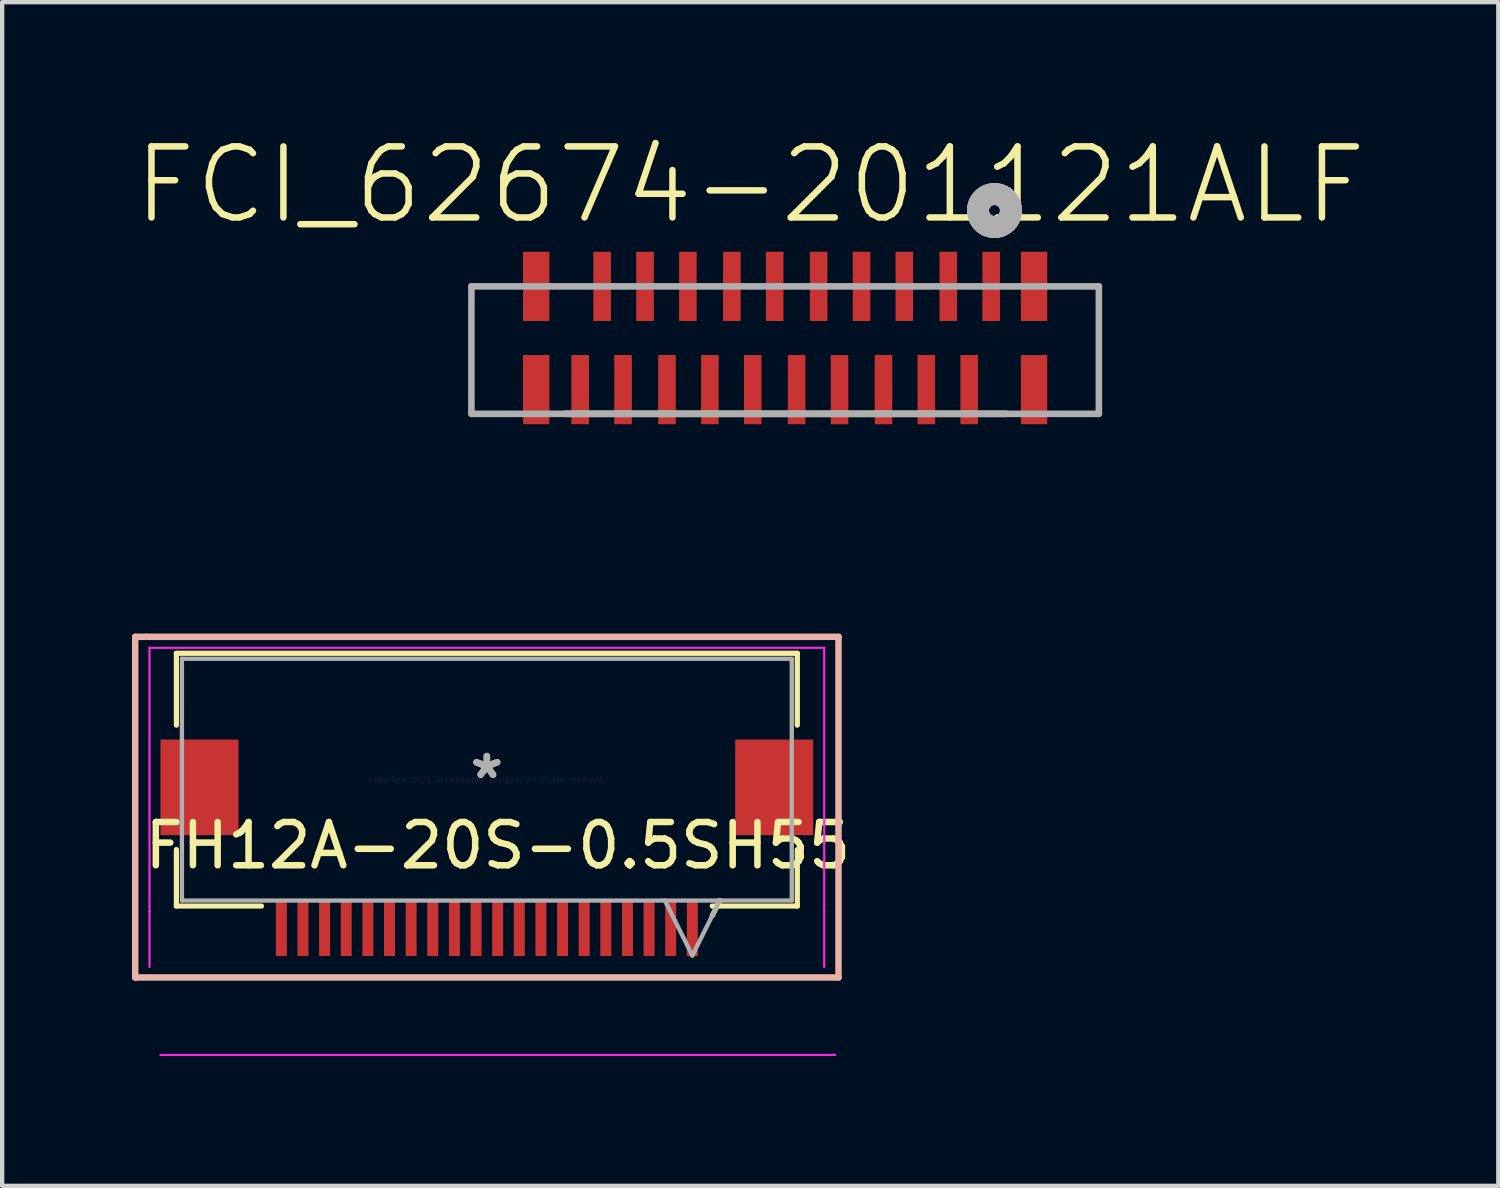
<source format=kicad_pcb>
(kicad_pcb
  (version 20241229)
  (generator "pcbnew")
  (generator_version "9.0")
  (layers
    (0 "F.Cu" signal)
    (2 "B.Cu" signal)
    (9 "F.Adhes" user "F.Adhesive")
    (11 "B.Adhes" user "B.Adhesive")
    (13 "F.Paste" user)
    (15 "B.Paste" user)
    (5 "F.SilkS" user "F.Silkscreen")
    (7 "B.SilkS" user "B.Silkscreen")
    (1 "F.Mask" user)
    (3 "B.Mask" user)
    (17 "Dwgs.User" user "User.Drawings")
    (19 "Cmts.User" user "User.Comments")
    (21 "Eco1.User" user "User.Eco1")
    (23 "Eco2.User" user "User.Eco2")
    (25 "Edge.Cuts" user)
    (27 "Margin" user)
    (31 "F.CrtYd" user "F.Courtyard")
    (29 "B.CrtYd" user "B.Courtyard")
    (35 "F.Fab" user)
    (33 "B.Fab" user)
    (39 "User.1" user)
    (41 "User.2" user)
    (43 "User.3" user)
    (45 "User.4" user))
  (footprint "FCI_62674-201121ALF"
    (layer "F.Cu")
    (at 19.86 8.344)
    (property "Reference" "FCI_62674-201121ALF" (at -5.569 -7.12 0) (layer "F.SilkS") (effects (font (size 1.642 1.642) (thickness 0.15))))
    (attr through_hole)
    (fp_line (start -9.855 -1.829) (end 0.356 -1.829) (stroke (width 0.152) (type solid)) (layer "F.SilkS"))
    (fp_arc (start -0.3048 -6.5278) (mid 0.0762 -6.9088) (end 0.4572 -6.5278) (stroke (width 0.508) (type solid)) (layer "F.SilkS"))
    (fp_arc (start 0.4572 -6.5278) (mid 0.0762 -6.1468) (end -0.3048 -6.5278) (stroke (width 0.508) (type solid)) (layer "F.SilkS"))
    (fp_line (start -12.014 -4.775) (end -12.014 -1.829) (stroke (width 0.152) (type solid)) (layer "F.Fab"))
    (fp_line (start -12.014 -1.829) (end 2.489 -1.829) (stroke (width 0.152) (type solid)) (layer "F.Fab"))
    (fp_line (start 2.489 -4.775) (end -12.014 -4.775) (stroke (width 0.152) (type solid)) (layer "F.Fab"))
    (fp_line (start 2.489 -1.829) (end 2.489 -4.775) (stroke (width 0.152) (type solid)) (layer "F.Fab"))
    (fp_arc (start -0.3048 -6.5278) (mid 0.0762 -6.9088) (end 0.4572 -6.5278) (stroke (width 0.508) (type solid)) (layer "F.Fab"))
    (fp_arc (start 0.4572 -6.5278) (mid 0.0762 -6.1468) (end -0.3048 -6.5278) (stroke (width 0.508) (type solid)) (layer "F.Fab"))
    (pad "1" smd rect (at 0 -4.775) (size 0.406 1.6) (layers "F.Cu" "F.Mask" "F.Paste"))
    (pad "2" smd rect (at -0.508 -2.388) (size 0.406 1.6) (layers "F.Cu" "F.Mask" "F.Paste"))
    (pad "3" smd rect (at -0.991 -4.775) (size 0.406 1.6) (layers "F.Cu" "F.Mask" "F.Paste"))
    (pad "4" smd rect (at -1.499 -2.388) (size 0.406 1.6) (layers "F.Cu" "F.Mask" "F.Paste"))
    (pad "5" smd rect (at -2.007 -4.775) (size 0.406 1.6) (layers "F.Cu" "F.Mask" "F.Paste"))
    (pad "6" smd rect (at -2.489 -2.388) (size 0.406 1.6) (layers "F.Cu" "F.Mask" "F.Paste"))
    (pad "7" smd rect (at -2.997 -4.775) (size 0.406 1.6) (layers "F.Cu" "F.Mask" "F.Paste"))
    (pad "8" smd rect (at -3.505 -2.388) (size 0.406 1.6) (layers "F.Cu" "F.Mask" "F.Paste"))
    (pad "9" smd rect (at -3.988 -4.775) (size 0.406 1.6) (layers "F.Cu" "F.Mask" "F.Paste"))
    (pad "10" smd rect (at -4.496 -2.388) (size 0.406 1.6) (layers "F.Cu" "F.Mask" "F.Paste"))
    (pad "11" smd rect (at -5.004 -4.775) (size 0.406 1.6) (layers "F.Cu" "F.Mask" "F.Paste"))
    (pad "12" smd rect (at -5.512 -2.388) (size 0.406 1.6) (layers "F.Cu" "F.Mask" "F.Paste"))
    (pad "13" smd rect (at -5.994 -4.775) (size 0.406 1.6) (layers "F.Cu" "F.Mask" "F.Paste"))
    (pad "14" smd rect (at -6.502 -2.388) (size 0.406 1.6) (layers "F.Cu" "F.Mask" "F.Paste"))
    (pad "15" smd rect (at -7.01 -4.775) (size 0.406 1.6) (layers "F.Cu" "F.Mask" "F.Paste"))
    (pad "16" smd rect (at -7.493 -2.388) (size 0.406 1.6) (layers "F.Cu" "F.Mask" "F.Paste"))
    (pad "17" smd rect (at -8.001 -4.775) (size 0.406 1.6) (layers "F.Cu" "F.Mask" "F.Paste"))
    (pad "18" smd rect (at -8.509 -2.388) (size 0.406 1.6) (layers "F.Cu" "F.Mask" "F.Paste"))
    (pad "19" smd rect (at -8.992 -4.775) (size 0.406 1.6) (layers "F.Cu" "F.Mask" "F.Paste"))
    (pad "20" smd rect (at -9.5 -2.388) (size 0.406 1.6) (layers "F.Cu" "F.Mask" "F.Paste"))
    (pad "21" smd rect (at -10.516 -2.388) (size 0.61 1.6) (layers "F.Cu" "F.Mask" "F.Paste"))
    (pad "22" smd rect (at 0.991 -2.388) (size 0.61 1.6) (layers "F.Cu" "F.Mask" "F.Paste"))
    (pad "23" smd rect (at -10.516 -4.775) (size 0.61 1.6) (layers "F.Cu" "F.Mask" "F.Paste"))
    (pad "24" smd rect (at 0.991 -4.775) (size 0.61 1.6) (layers "F.Cu" "F.Mask" "F.Paste")))
  (footprint "FH12A-20S-0.5SH55"
    (layer "F.Cu")
    (at 8.203 14.971)
    (property "Reference" "FH12A-20S-0.5SH55" (at 0.254 1.524 0) (layer "F.SilkS") (effects (font (size 1 1) (thickness 0.15))))
    (attr through_hole)
    (fp_line (start -7.176 -2.921) (end -7.176 -1.26) (stroke (width 0.12) (type solid)) (layer "F.SilkS"))
    (fp_line (start -7.176 1.615) (end -7.176 2.921) (stroke (width 0.12) (type solid)) (layer "F.SilkS"))
    (fp_line (start -7.176 2.921) (end -5.21 2.921) (stroke (width 0.12) (type solid)) (layer "F.SilkS"))
    (fp_line (start 5.21 2.921) (end 7.176 2.921) (stroke (width 0.12) (type solid)) (layer "F.SilkS"))
    (fp_line (start 5.385 2.794) (end 5.21 3.145) (stroke (width 0.12) (type solid)) (layer "F.SilkS"))
    (fp_line (start 7.176 -2.921) (end -7.176 -2.921) (stroke (width 0.12) (type solid)) (layer "F.SilkS"))
    (fp_line (start 7.176 -1.26) (end 7.176 -2.921) (stroke (width 0.12) (type solid)) (layer "F.SilkS"))
    (fp_line (start 7.176 2.921) (end 7.176 1.615) (stroke (width 0.12) (type solid)) (layer "F.SilkS"))
    (fp_line (start -8.128 -3.302) (end -7.874 -3.302) (stroke (width 0.15) (type solid)) (layer "B.SilkS"))
    (fp_line (start -8.128 4.572) (end -8.128 -3.302) (stroke (width 0.15) (type solid)) (layer "B.SilkS"))
    (fp_line (start -7.874 -3.302) (end 8.128 -3.302) (stroke (width 0.15) (type solid)) (layer "B.SilkS"))
    (fp_line (start 8.128 -3.302) (end 8.128 4.572) (stroke (width 0.15) (type solid)) (layer "B.SilkS"))
    (fp_line (start 8.128 4.572) (end -8.128 4.572) (stroke (width 0.15) (type solid)) (layer "B.SilkS"))
    (fp_line (start -7.798 -3.048) (end -7.798 3.048) (stroke (width 0.05) (type solid)) (layer "F.CrtYd"))
    (fp_line (start -7.798 3.048) (end -7.798 3.048) (stroke (width 0.05) (type solid)) (layer "F.CrtYd"))
    (fp_line (start -7.798 3.048) (end -7.798 4.331) (stroke (width 0.05) (type solid)) (layer "F.CrtYd"))
    (fp_line (start -7.544 6.363) (end 8.052 6.363) (stroke (width 0.05) (type solid)) (layer "F.CrtYd"))
    (fp_line (start 7.798 -3.048) (end -7.798 -3.048) (stroke (width 0.05) (type solid)) (layer "F.CrtYd"))
    (fp_line (start 7.798 3.048) (end 7.798 -3.048) (stroke (width 0.05) (type solid)) (layer "F.CrtYd"))
    (fp_line (start 7.798 3.048) (end 7.798 3.048) (stroke (width 0.05) (type solid)) (layer "F.CrtYd"))
    (fp_line (start 7.798 4.331) (end 7.798 3.048) (stroke (width 0.05) (type solid)) (layer "F.CrtYd"))
    (fp_line (start -7.048 -2.794) (end -7.048 2.794) (stroke (width 0.1) (type solid)) (layer "F.Fab"))
    (fp_line (start -7.048 2.794) (end 7.048 2.794) (stroke (width 0.1) (type solid)) (layer "F.Fab"))
    (fp_line (start 4.115 2.794) (end 4.75 4.064) (stroke (width 0.1) (type solid)) (layer "F.Fab"))
    (fp_line (start 5.385 2.794) (end 4.75 4.064) (stroke (width 0.1) (type solid)) (layer "F.Fab"))
    (fp_line (start 7.048 -2.794) (end -7.048 -2.794) (stroke (width 0.1) (type solid)) (layer "F.Fab"))
    (fp_line (start 7.048 2.794) (end 7.048 -2.794) (stroke (width 0.1) (type solid)) (layer "F.Fab"))
    (fp_text user "*" (at 0 0 0) (layer "F.SilkS") (effects (font (size 1 1) (thickness 0.15))))
    (fp_text user "Copyright 2021 Accelerated Designs. All rights reserved." (at 0 0 0) (layer "Cmts.User") (effects (font (size 0.127 0.127) (thickness 0.002))))
    (fp_text user "*" (at 0 0 0) (layer "F.Fab") (effects (font (size 1 1) (thickness 0.15))))
    (pad "1" smd rect (at 4.75 3.429 90) (size 1.295 0.254) (layers "F.Cu" "F.Mask" "F.Paste"))
    (pad "2" smd rect (at 4.25 3.429 90) (size 1.295 0.254) (layers "F.Cu" "F.Mask" "F.Paste"))
    (pad "3" smd rect (at 3.75 3.429 90) (size 1.295 0.254) (layers "F.Cu" "F.Mask" "F.Paste"))
    (pad "4" smd rect (at 3.25 3.429 90) (size 1.295 0.254) (layers "F.Cu" "F.Mask" "F.Paste"))
    (pad "5" smd rect (at 2.75 3.429 90) (size 1.295 0.254) (layers "F.Cu" "F.Mask" "F.Paste"))
    (pad "6" smd rect (at 2.25 3.429 90) (size 1.295 0.254) (layers "F.Cu" "F.Mask" "F.Paste"))
    (pad "7" smd rect (at 1.75 3.429 90) (size 1.295 0.254) (layers "F.Cu" "F.Mask" "F.Paste"))
    (pad "8" smd rect (at 1.25 3.429 90) (size 1.295 0.254) (layers "F.Cu" "F.Mask" "F.Paste"))
    (pad "9" smd rect (at 0.75 3.429 90) (size 1.295 0.254) (layers "F.Cu" "F.Mask" "F.Paste"))
    (pad "10" smd rect (at 0.25 3.429 90) (size 1.295 0.254) (layers "F.Cu" "F.Mask" "F.Paste"))
    (pad "11" smd rect (at -0.25 3.429 90) (size 1.295 0.254) (layers "F.Cu" "F.Mask" "F.Paste"))
    (pad "12" smd rect (at -0.75 3.429 90) (size 1.295 0.254) (layers "F.Cu" "F.Mask" "F.Paste"))
    (pad "13" smd rect (at -1.25 3.429 90) (size 1.295 0.254) (layers "F.Cu" "F.Mask" "F.Paste"))
    (pad "14" smd rect (at -1.75 3.429 90) (size 1.295 0.254) (layers "F.Cu" "F.Mask" "F.Paste"))
    (pad "15" smd rect (at -2.25 3.429 90) (size 1.295 0.254) (layers "F.Cu" "F.Mask" "F.Paste"))
    (pad "16" smd rect (at -2.75 3.429 90) (size 1.295 0.254) (layers "F.Cu" "F.Mask" "F.Paste"))
    (pad "17" smd rect (at -3.25 3.429 90) (size 1.295 0.254) (layers "F.Cu" "F.Mask" "F.Paste"))
    (pad "18" smd rect (at -3.75 3.429 90) (size 1.295 0.254) (layers "F.Cu" "F.Mask" "F.Paste"))
    (pad "19" smd rect (at -4.25 3.429 90) (size 1.295 0.254) (layers "F.Cu" "F.Mask" "F.Paste"))
    (pad "20" smd rect (at -4.75 3.429 90) (size 1.295 0.254) (layers "F.Cu" "F.Mask" "F.Paste"))
    (pad "21" smd rect (at -6.642 0.178) (size 1.803 2.21) (layers "F.Cu" "F.Mask" "F.Paste"))
    (pad "22" smd rect (at 6.642 0.178) (size 1.803 2.21) (layers "F.Cu" "F.Mask" "F.Paste")))
  (gr_rect
    (start -3 -3)
    (end 31.582 24.359)
    (stroke (width 0.1) (type default))
    (fill no)
    (layer "Edge.Cuts")))
</source>
